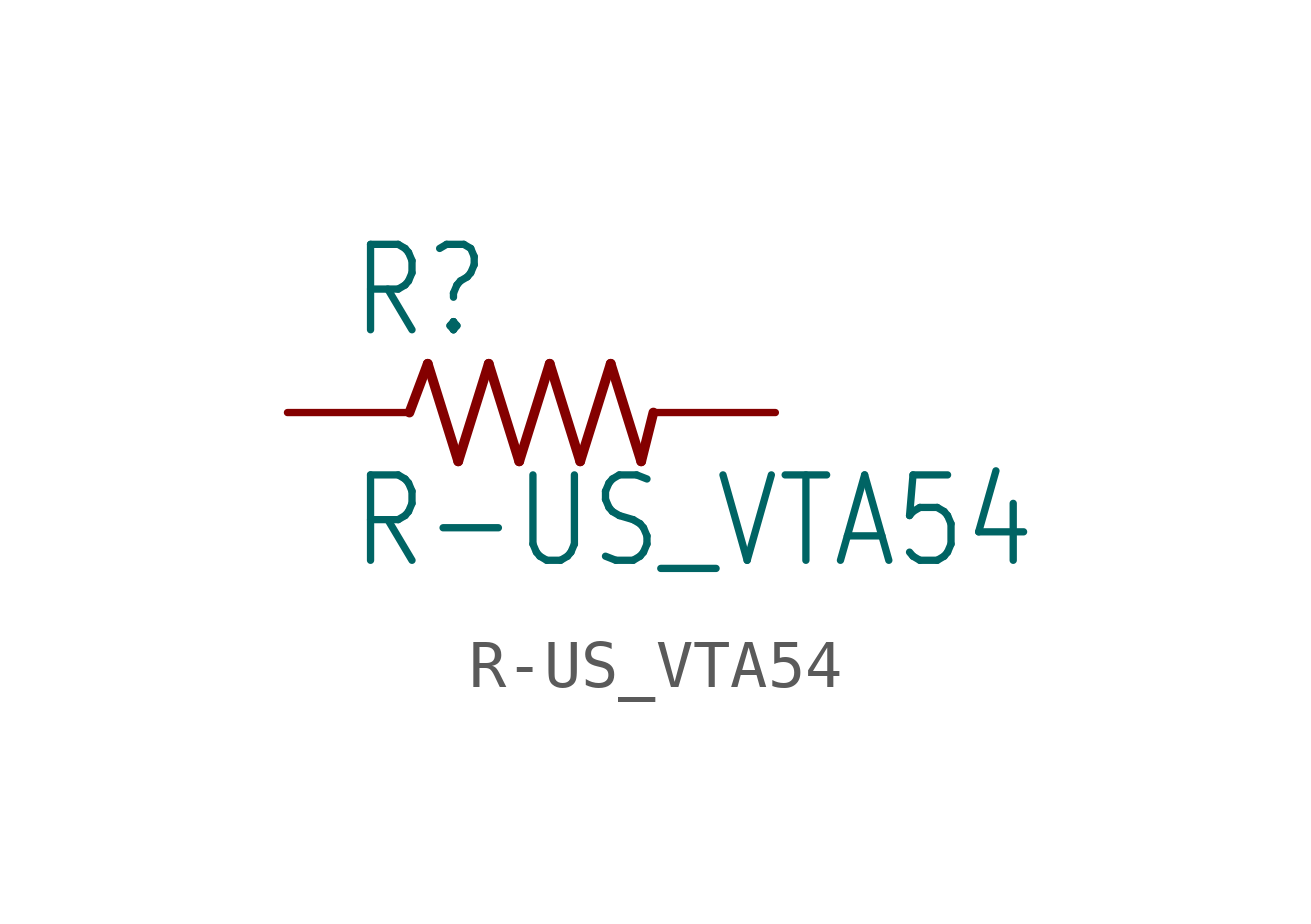
<source format=kicad_sym>
(kicad_symbol_lib
  (version 20220331)
  (generator kicad_symbol_editor)
  (symbol "R-US_VTA54"
    (property "Reference" "R"
      (at -3.81 1.499 0)
      (effects (font (size 1.778 1.511)) (justify left bottom)))
    (property "Value" "R-US_VTA54"
      (at -3.81 -3.302 0)
      (effects (font (size 1.778 1.511)) (justify left bottom)))
    (property "ki_locked" ""
      (at 0 0 0)
      (effects (font (size 1.27 1.27))))
    (symbol "R-US_VTA54_1_0"
      (polyline (pts (xy -2.54 0) (xy -2.159 1.016)) (stroke (width 0.203) (type solid)) (fill (type none)))
      (polyline (pts (xy -2.159 1.016) (xy -1.524 -1.016)) (stroke (width 0.203) (type solid)) (fill (type none)))
      (polyline (pts (xy -1.524 -1.016) (xy -0.889 1.016)) (stroke (width 0.203) (type solid)) (fill (type none)))
      (polyline (pts (xy -0.889 1.016) (xy -0.254 -1.016)) (stroke (width 0.203) (type solid)) (fill (type none)))
      (polyline (pts (xy -0.254 -1.016) (xy 0.381 1.016)) (stroke (width 0.203) (type solid)) (fill (type none)))
      (polyline (pts (xy 0.381 1.016) (xy 1.016 -1.016)) (stroke (width 0.203) (type solid)) (fill (type none)))
      (polyline (pts (xy 1.016 -1.016) (xy 1.651 1.016)) (stroke (width 0.203) (type solid)) (fill (type none)))
      (polyline (pts (xy 1.651 1.016) (xy 2.286 -1.016)) (stroke (width 0.203) (type solid)) (fill (type none)))
      (polyline (pts (xy 2.286 -1.016) (xy 2.54 0)) (stroke (width 0.203) (type solid)) (fill (type none)))
      (pin passive line (at -5.08 0 0) (length 2.54) (name "1" (effects (font (size 0 0)))) (number "1" (effects (font (size 0 0)))))
      (pin passive line (at 5.08 0 180) (length 2.54) (name "2" (effects (font (size 0 0)))) (number "2" (effects (font (size 0 0))))))))
</source>
